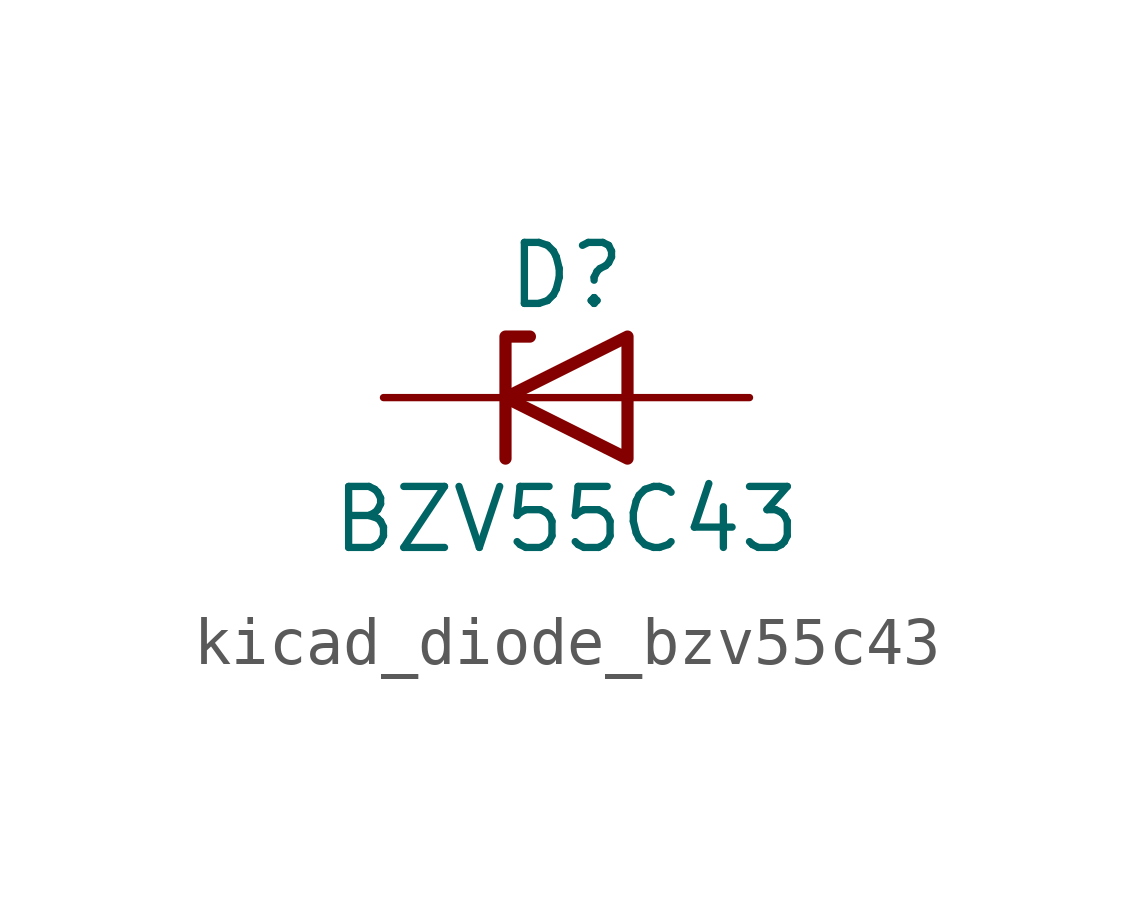
<source format=kicad_sym>
(kicad_symbol_lib
  (version 20220914)
  (generator kicad_symbol_editor)
  (symbol "kicad_diode_bzv55c43"
    (pin_numbers hide)
    (pin_names hide)
    (property "Reference" "D"
      (at 0 2.54 0)
      (effects (font (size 1.27 1.27))))
    (property "Value" "BZV55C43"
      (at 0 -2.54 0)
      (effects (font (size 1.27 1.27))))
    (symbol "kicad_diode_bzv55c43_0_1"
      (polyline (pts (xy 1.27 0) (xy -1.27 0)) (stroke (width 0) (type default)) (fill (type none)))
      (polyline (pts (xy -1.27 -1.27) (xy -1.27 1.27) (xy -0.762 1.27)) (stroke (width 0.254) (type default)) (fill (type none)))
      (polyline (pts (xy 1.27 -1.27) (xy 1.27 1.27) (xy -1.27 0) (xy 1.27 -1.27)) (stroke (width 0.254) (type default)) (fill (type none))))
    (symbol "kicad_diode_bzv55c43_1_1"
      (pin passive line (at -3.81 0 0) (length 2.54) (name "K" (effects (font (size 1.27 1.27)))) (number "1" (effects (font (size 1.27 1.27)))))
      (pin passive line (at 3.81 0 180) (length 2.54) (name "A" (effects (font (size 1.27 1.27)))) (number "2" (effects (font (size 1.27 1.27))))))))
</source>
